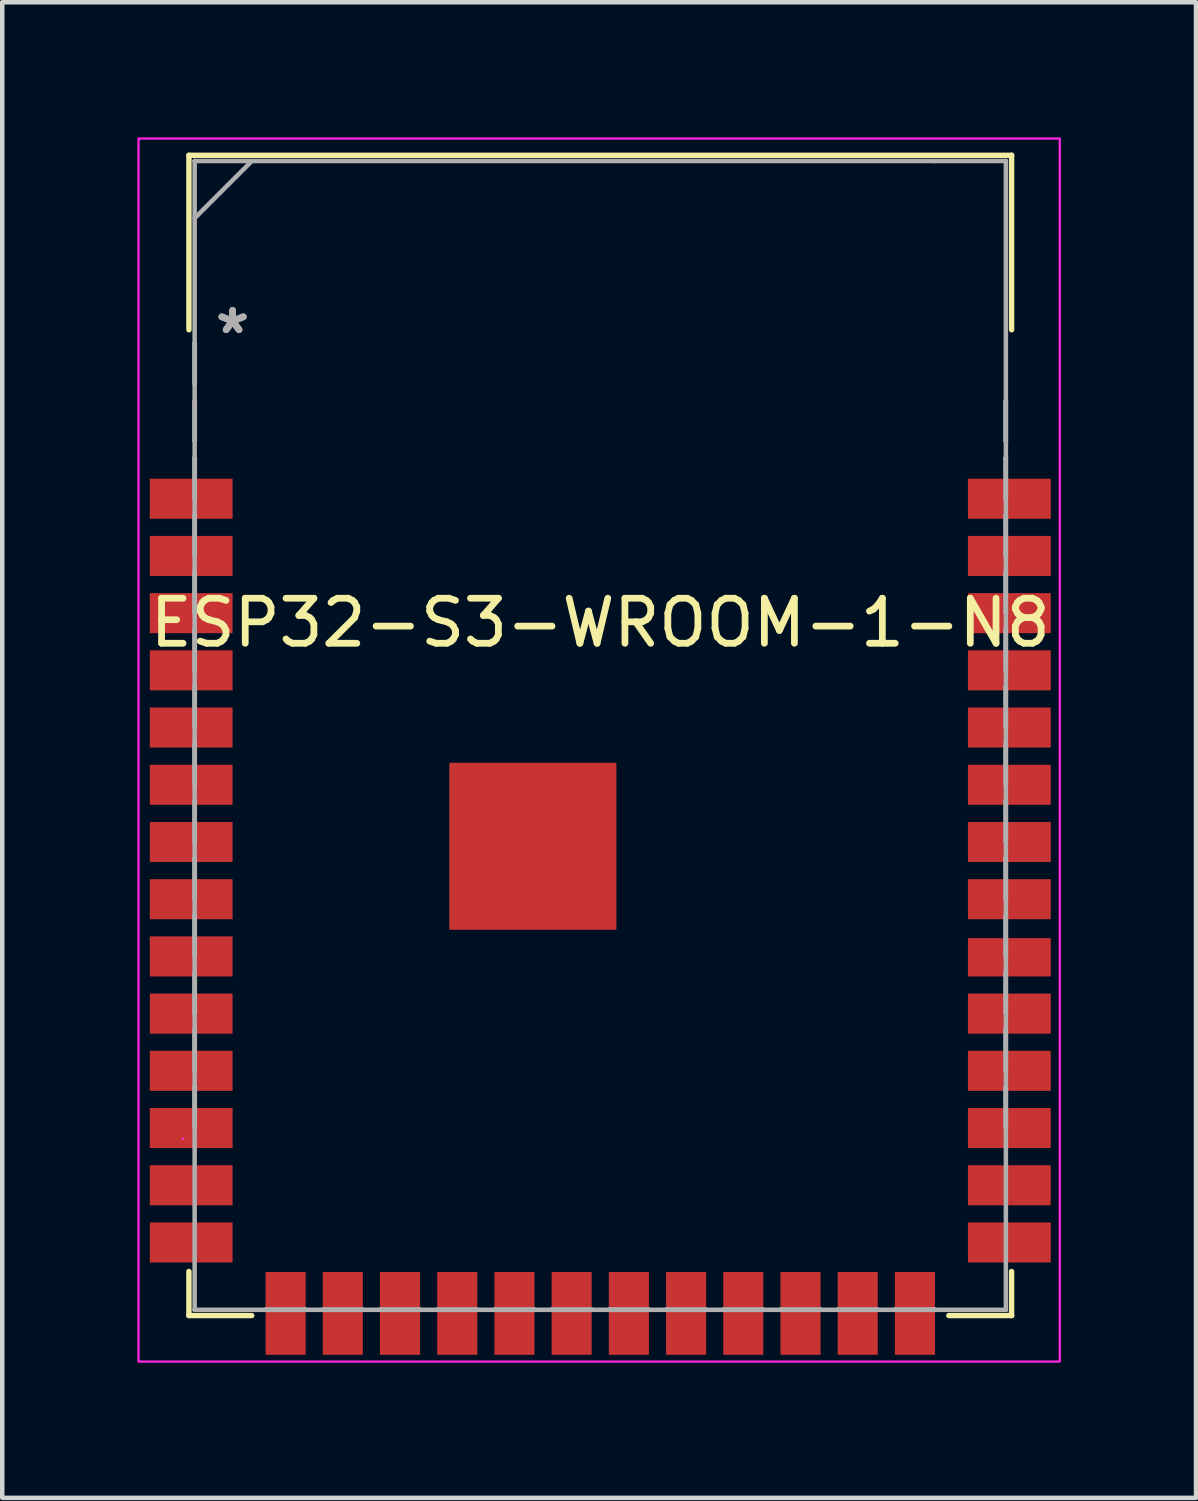
<source format=kicad_pcb>
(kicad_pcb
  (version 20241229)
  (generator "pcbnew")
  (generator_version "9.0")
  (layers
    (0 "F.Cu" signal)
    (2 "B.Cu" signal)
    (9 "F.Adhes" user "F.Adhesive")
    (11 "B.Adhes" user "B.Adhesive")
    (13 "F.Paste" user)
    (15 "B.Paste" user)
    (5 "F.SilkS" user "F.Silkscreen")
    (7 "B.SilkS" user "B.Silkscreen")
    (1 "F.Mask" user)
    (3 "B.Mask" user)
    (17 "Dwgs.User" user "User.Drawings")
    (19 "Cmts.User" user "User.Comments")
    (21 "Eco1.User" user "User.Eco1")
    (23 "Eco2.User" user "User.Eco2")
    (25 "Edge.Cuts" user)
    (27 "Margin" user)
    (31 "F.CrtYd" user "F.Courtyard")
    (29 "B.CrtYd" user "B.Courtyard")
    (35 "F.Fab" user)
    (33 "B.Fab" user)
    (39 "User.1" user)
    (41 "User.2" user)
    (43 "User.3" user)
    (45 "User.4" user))
  (footprint "ESP32-S3-WROOM-1-N8"
    (layer "F.Cu")
    (at 10.275 13.275)
    (property "Reference" "ESP32-S3-WROOM-1-N8" (at 0 -2.5 0) (layer "F.SilkS") (effects (font (size 1 1) (thickness 0.15))))
    (attr through_hole)
    (fp_line (start -9.131 -12.878) (end -9.131 -9.005) (stroke (width 0.12) (type solid)) (layer "F.SilkS"))
    (fp_line (start -9.131 11.9) (end -9.131 12.878) (stroke (width 0.12) (type solid)) (layer "F.SilkS"))
    (fp_line (start -9.131 12.878) (end -7.737 12.878) (stroke (width 0.12) (type solid)) (layer "F.SilkS"))
    (fp_line (start 7.737 12.878) (end 9.131 12.878) (stroke (width 0.12) (type solid)) (layer "F.SilkS"))
    (fp_line (start 9.131 -12.878) (end -9.131 -12.878) (stroke (width 0.12) (type solid)) (layer "F.SilkS"))
    (fp_line (start 9.131 -9.005) (end 9.131 -12.878) (stroke (width 0.12) (type solid)) (layer "F.SilkS"))
    (fp_line (start 9.131 12.878) (end 9.131 11.9) (stroke (width 0.12) (type solid)) (layer "F.SilkS"))
    (fp_line (start -9.258 8.954) (end -9.258 8.954) (stroke (width 0.05) (type solid)) (layer "F.CrtYd"))
    (fp_line (start -9.258 8.954) (end -9.258 8.954) (stroke (width 0.05) (type solid)) (layer "F.CrtYd"))
    (fp_rect (start -10.25 -13.25) (end 10.2 13.9) (stroke (width 0.05) (type default)) (fill no) (layer "F.CrtYd"))
    (fp_line (start -9.004 -12.751) (end -9.004 -12.751) (stroke (width 0.1) (type solid)) (layer "F.Fab"))
    (fp_line (start -9.004 -12.751) (end -9.004 12.751) (stroke (width 0.1) (type solid)) (layer "F.Fab"))
    (fp_line (start -9.004 -11.481) (end -7.734 -12.751) (stroke (width 0.1) (type solid)) (layer "F.Fab"))
    (fp_line (start -9.004 -8.7) (end -9 -8.7) (stroke (width 0.1) (type solid)) (layer "F.Fab"))
    (fp_line (start -9.004 -7.811) (end -9.004 -8.7) (stroke (width 0.1) (type solid)) (layer "F.Fab"))
    (fp_line (start -9.004 -7.429) (end -9 -7.429) (stroke (width 0.1) (type solid)) (layer "F.Fab"))
    (fp_line (start -9.004 -6.54) (end -9.004 -7.429) (stroke (width 0.1) (type solid)) (layer "F.Fab"))
    (fp_line (start -9.004 -6.16) (end -9 -6.16) (stroke (width 0.1) (type solid)) (layer "F.Fab"))
    (fp_line (start -9.004 -5.271) (end -9.004 -6.16) (stroke (width 0.1) (type solid)) (layer "F.Fab"))
    (fp_line (start -9.004 -4.889) (end -9 -4.889) (stroke (width 0.1) (type solid)) (layer "F.Fab"))
    (fp_line (start -9.004 -4) (end -9.004 -4.889) (stroke (width 0.1) (type solid)) (layer "F.Fab"))
    (fp_line (start -9.004 -3.619) (end -9 -3.619) (stroke (width 0.1) (type solid)) (layer "F.Fab"))
    (fp_line (start -9.004 -2.731) (end -9.004 -3.619) (stroke (width 0.1) (type solid)) (layer "F.Fab"))
    (fp_line (start -9.004 -2.349) (end -9 -2.349) (stroke (width 0.1) (type solid)) (layer "F.Fab"))
    (fp_line (start -9.004 -1.46) (end -9.004 -2.349) (stroke (width 0.1) (type solid)) (layer "F.Fab"))
    (fp_line (start -9.004 -1.079) (end -9 -1.079) (stroke (width 0.1) (type solid)) (layer "F.Fab"))
    (fp_line (start -9.004 -0.191) (end -9.004 -1.079) (stroke (width 0.1) (type solid)) (layer "F.Fab"))
    (fp_line (start -9.004 0.191) (end -9 0.191) (stroke (width 0.1) (type solid)) (layer "F.Fab"))
    (fp_line (start -9.004 1.079) (end -9.004 0.191) (stroke (width 0.1) (type solid)) (layer "F.Fab"))
    (fp_line (start -9.004 1.46) (end -9 1.46) (stroke (width 0.1) (type solid)) (layer "F.Fab"))
    (fp_line (start -9.004 2.349) (end -9.004 1.46) (stroke (width 0.1) (type solid)) (layer "F.Fab"))
    (fp_line (start -9.004 2.731) (end -9 2.731) (stroke (width 0.1) (type solid)) (layer "F.Fab"))
    (fp_line (start -9.004 3.619) (end -9.004 2.731) (stroke (width 0.1) (type solid)) (layer "F.Fab"))
    (fp_line (start -9.004 4) (end -9 4) (stroke (width 0.1) (type solid)) (layer "F.Fab"))
    (fp_line (start -9.004 4.889) (end -9.004 4) (stroke (width 0.1) (type solid)) (layer "F.Fab"))
    (fp_line (start -9.004 5.271) (end -9 5.271) (stroke (width 0.1) (type solid)) (layer "F.Fab"))
    (fp_line (start -9.004 6.16) (end -9.004 5.271) (stroke (width 0.1) (type solid)) (layer "F.Fab"))
    (fp_line (start -9.004 6.54) (end -9 6.54) (stroke (width 0.1) (type solid)) (layer "F.Fab"))
    (fp_line (start -9.004 7.429) (end -9.004 6.54) (stroke (width 0.1) (type solid)) (layer "F.Fab"))
    (fp_line (start -9.004 7.811) (end -9 7.811) (stroke (width 0.1) (type solid)) (layer "F.Fab"))
    (fp_line (start -9.004 8.7) (end -9.004 7.811) (stroke (width 0.1) (type solid)) (layer "F.Fab"))
    (fp_line (start -9.004 12.751) (end -9.004 12.751) (stroke (width 0.1) (type solid)) (layer "F.Fab"))
    (fp_line (start -9.004 12.751) (end 9.004 12.751) (stroke (width 0.1) (type solid)) (layer "F.Fab"))
    (fp_line (start -9 -8.7) (end -9 -7.811) (stroke (width 0.1) (type solid)) (layer "F.Fab"))
    (fp_line (start -9 -7.811) (end -9.004 -7.811) (stroke (width 0.1) (type solid)) (layer "F.Fab"))
    (fp_line (start -9 -7.429) (end -9 -6.54) (stroke (width 0.1) (type solid)) (layer "F.Fab"))
    (fp_line (start -9 -6.54) (end -9.004 -6.54) (stroke (width 0.1) (type solid)) (layer "F.Fab"))
    (fp_line (start -9 -6.16) (end -9 -5.271) (stroke (width 0.1) (type solid)) (layer "F.Fab"))
    (fp_line (start -9 -5.271) (end -9.004 -5.271) (stroke (width 0.1) (type solid)) (layer "F.Fab"))
    (fp_line (start -9 -4.889) (end -9 -4) (stroke (width 0.1) (type solid)) (layer "F.Fab"))
    (fp_line (start -9 -4) (end -9.004 -4) (stroke (width 0.1) (type solid)) (layer "F.Fab"))
    (fp_line (start -9 -3.619) (end -9 -2.731) (stroke (width 0.1) (type solid)) (layer "F.Fab"))
    (fp_line (start -9 -2.731) (end -9.004 -2.731) (stroke (width 0.1) (type solid)) (layer "F.Fab"))
    (fp_line (start -9 -2.349) (end -9 -1.46) (stroke (width 0.1) (type solid)) (layer "F.Fab"))
    (fp_line (start -9 -1.46) (end -9.004 -1.46) (stroke (width 0.1) (type solid)) (layer "F.Fab"))
    (fp_line (start -9 -1.079) (end -9 -0.191) (stroke (width 0.1) (type solid)) (layer "F.Fab"))
    (fp_line (start -9 -0.191) (end -9.004 -0.191) (stroke (width 0.1) (type solid)) (layer "F.Fab"))
    (fp_line (start -9 0.191) (end -9 1.079) (stroke (width 0.1) (type solid)) (layer "F.Fab"))
    (fp_line (start -9 1.079) (end -9.004 1.079) (stroke (width 0.1) (type solid)) (layer "F.Fab"))
    (fp_line (start -9 1.46) (end -9 2.349) (stroke (width 0.1) (type solid)) (layer "F.Fab"))
    (fp_line (start -9 2.349) (end -9.004 2.349) (stroke (width 0.1) (type solid)) (layer "F.Fab"))
    (fp_line (start -9 2.731) (end -9 3.619) (stroke (width 0.1) (type solid)) (layer "F.Fab"))
    (fp_line (start -9 3.619) (end -9.004 3.619) (stroke (width 0.1) (type solid)) (layer "F.Fab"))
    (fp_line (start -9 4) (end -9 4.889) (stroke (width 0.1) (type solid)) (layer "F.Fab"))
    (fp_line (start -9 4.889) (end -9.004 4.889) (stroke (width 0.1) (type solid)) (layer "F.Fab"))
    (fp_line (start -9 5.271) (end -9 6.16) (stroke (width 0.1) (type solid)) (layer "F.Fab"))
    (fp_line (start -9 6.16) (end -9.004 6.16) (stroke (width 0.1) (type solid)) (layer "F.Fab"))
    (fp_line (start -9 6.54) (end -9 7.429) (stroke (width 0.1) (type solid)) (layer "F.Fab"))
    (fp_line (start -9 7.429) (end -9.004 7.429) (stroke (width 0.1) (type solid)) (layer "F.Fab"))
    (fp_line (start -9 7.811) (end -9 8.7) (stroke (width 0.1) (type solid)) (layer "F.Fab"))
    (fp_line (start -9 8.7) (end -9.004 8.7) (stroke (width 0.1) (type solid)) (layer "F.Fab"))
    (fp_line (start -7.429 12.75) (end -6.54 12.75) (stroke (width 0.1) (type solid)) (layer "F.Fab"))
    (fp_line (start -7.429 12.751) (end -7.429 12.75) (stroke (width 0.1) (type solid)) (layer "F.Fab"))
    (fp_line (start -6.54 12.75) (end -6.54 12.751) (stroke (width 0.1) (type solid)) (layer "F.Fab"))
    (fp_line (start -6.54 12.751) (end -7.429 12.751) (stroke (width 0.1) (type solid)) (layer "F.Fab"))
    (fp_line (start -6.16 12.75) (end -5.271 12.75) (stroke (width 0.1) (type solid)) (layer "F.Fab"))
    (fp_line (start -6.16 12.751) (end -6.16 12.75) (stroke (width 0.1) (type solid)) (layer "F.Fab"))
    (fp_line (start -5.271 12.75) (end -5.271 12.751) (stroke (width 0.1) (type solid)) (layer "F.Fab"))
    (fp_line (start -5.271 12.751) (end -6.16 12.751) (stroke (width 0.1) (type solid)) (layer "F.Fab"))
    (fp_line (start -4.889 12.75) (end -4 12.75) (stroke (width 0.1) (type solid)) (layer "F.Fab"))
    (fp_line (start -4.889 12.751) (end -4.889 12.75) (stroke (width 0.1) (type solid)) (layer "F.Fab"))
    (fp_line (start -4 12.75) (end -4 12.751) (stroke (width 0.1) (type solid)) (layer "F.Fab"))
    (fp_line (start -4 12.751) (end -4.889 12.751) (stroke (width 0.1) (type solid)) (layer "F.Fab"))
    (fp_line (start -3.619 12.75) (end -2.731 12.75) (stroke (width 0.1) (type solid)) (layer "F.Fab"))
    (fp_line (start -3.619 12.751) (end -3.619 12.75) (stroke (width 0.1) (type solid)) (layer "F.Fab"))
    (fp_line (start -2.731 12.75) (end -2.731 12.751) (stroke (width 0.1) (type solid)) (layer "F.Fab"))
    (fp_line (start -2.731 12.751) (end -3.619 12.751) (stroke (width 0.1) (type solid)) (layer "F.Fab"))
    (fp_line (start -2.349 12.75) (end -1.46 12.75) (stroke (width 0.1) (type solid)) (layer "F.Fab"))
    (fp_line (start -2.349 12.751) (end -2.349 12.75) (stroke (width 0.1) (type solid)) (layer "F.Fab"))
    (fp_line (start -1.46 12.75) (end -1.46 12.751) (stroke (width 0.1) (type solid)) (layer "F.Fab"))
    (fp_line (start -1.46 12.751) (end -2.349 12.751) (stroke (width 0.1) (type solid)) (layer "F.Fab"))
    (fp_line (start -1.079 12.75) (end -0.191 12.75) (stroke (width 0.1) (type solid)) (layer "F.Fab"))
    (fp_line (start -1.079 12.751) (end -1.079 12.75) (stroke (width 0.1) (type solid)) (layer "F.Fab"))
    (fp_line (start -0.191 12.75) (end -0.191 12.751) (stroke (width 0.1) (type solid)) (layer "F.Fab"))
    (fp_line (start -0.191 12.751) (end -1.079 12.751) (stroke (width 0.1) (type solid)) (layer "F.Fab"))
    (fp_line (start 0.191 12.75) (end 1.079 12.75) (stroke (width 0.1) (type solid)) (layer "F.Fab"))
    (fp_line (start 0.191 12.751) (end 0.191 12.75) (stroke (width 0.1) (type solid)) (layer "F.Fab"))
    (fp_line (start 1.079 12.75) (end 1.079 12.751) (stroke (width 0.1) (type solid)) (layer "F.Fab"))
    (fp_line (start 1.079 12.751) (end 0.191 12.751) (stroke (width 0.1) (type solid)) (layer "F.Fab"))
    (fp_line (start 1.46 12.75) (end 2.349 12.75) (stroke (width 0.1) (type solid)) (layer "F.Fab"))
    (fp_line (start 1.46 12.751) (end 1.46 12.75) (stroke (width 0.1) (type solid)) (layer "F.Fab"))
    (fp_line (start 2.349 12.75) (end 2.349 12.751) (stroke (width 0.1) (type solid)) (layer "F.Fab"))
    (fp_line (start 2.349 12.751) (end 1.46 12.751) (stroke (width 0.1) (type solid)) (layer "F.Fab"))
    (fp_line (start 2.731 12.75) (end 3.619 12.75) (stroke (width 0.1) (type solid)) (layer "F.Fab"))
    (fp_line (start 2.731 12.751) (end 2.731 12.75) (stroke (width 0.1) (type solid)) (layer "F.Fab"))
    (fp_line (start 3.619 12.75) (end 3.619 12.751) (stroke (width 0.1) (type solid)) (layer "F.Fab"))
    (fp_line (start 3.619 12.751) (end 2.731 12.751) (stroke (width 0.1) (type solid)) (layer "F.Fab"))
    (fp_line (start 4 12.75) (end 4.889 12.75) (stroke (width 0.1) (type solid)) (layer "F.Fab"))
    (fp_line (start 4 12.751) (end 4 12.75) (stroke (width 0.1) (type solid)) (layer "F.Fab"))
    (fp_line (start 4.889 12.75) (end 4.889 12.751) (stroke (width 0.1) (type solid)) (layer "F.Fab"))
    (fp_line (start 4.889 12.751) (end 4 12.751) (stroke (width 0.1) (type solid)) (layer "F.Fab"))
    (fp_line (start 5.271 12.75) (end 6.16 12.75) (stroke (width 0.1) (type solid)) (layer "F.Fab"))
    (fp_line (start 5.271 12.751) (end 5.271 12.75) (stroke (width 0.1) (type solid)) (layer "F.Fab"))
    (fp_line (start 6.16 12.75) (end 6.16 12.751) (stroke (width 0.1) (type solid)) (layer "F.Fab"))
    (fp_line (start 6.16 12.751) (end 5.271 12.751) (stroke (width 0.1) (type solid)) (layer "F.Fab"))
    (fp_line (start 6.54 12.75) (end 7.429 12.75) (stroke (width 0.1) (type solid)) (layer "F.Fab"))
    (fp_line (start 6.54 12.751) (end 6.54 12.75) (stroke (width 0.1) (type solid)) (layer "F.Fab"))
    (fp_line (start 7.429 -12.751) (end 7.429 -12.75) (stroke (width 0.1) (type solid)) (layer "F.Fab"))
    (fp_line (start 7.429 12.75) (end 7.429 12.751) (stroke (width 0.1) (type solid)) (layer "F.Fab"))
    (fp_line (start 7.429 12.751) (end 6.54 12.751) (stroke (width 0.1) (type solid)) (layer "F.Fab"))
    (fp_line (start 9 -7.429) (end 9.004 -7.429) (stroke (width 0.1) (type solid)) (layer "F.Fab"))
    (fp_line (start 9 -6.54) (end 9 -7.429) (stroke (width 0.1) (type solid)) (layer "F.Fab"))
    (fp_line (start 9 -6.16) (end 9.004 -6.16) (stroke (width 0.1) (type solid)) (layer "F.Fab"))
    (fp_line (start 9 -5.271) (end 9 -6.16) (stroke (width 0.1) (type solid)) (layer "F.Fab"))
    (fp_line (start 9 -4.889) (end 9.004 -4.889) (stroke (width 0.1) (type solid)) (layer "F.Fab"))
    (fp_line (start 9 -4) (end 9 -4.889) (stroke (width 0.1) (type solid)) (layer "F.Fab"))
    (fp_line (start 9 -3.619) (end 9.004 -3.619) (stroke (width 0.1) (type solid)) (layer "F.Fab"))
    (fp_line (start 9 -2.731) (end 9 -3.619) (stroke (width 0.1) (type solid)) (layer "F.Fab"))
    (fp_line (start 9 -2.349) (end 9.004 -2.349) (stroke (width 0.1) (type solid)) (layer "F.Fab"))
    (fp_line (start 9 -1.46) (end 9 -2.349) (stroke (width 0.1) (type solid)) (layer "F.Fab"))
    (fp_line (start 9 -1.079) (end 9.004 -1.079) (stroke (width 0.1) (type solid)) (layer "F.Fab"))
    (fp_line (start 9 -0.191) (end 9 -1.079) (stroke (width 0.1) (type solid)) (layer "F.Fab"))
    (fp_line (start 9 0.191) (end 9.004 0.191) (stroke (width 0.1) (type solid)) (layer "F.Fab"))
    (fp_line (start 9 1.079) (end 9 0.191) (stroke (width 0.1) (type solid)) (layer "F.Fab"))
    (fp_line (start 9 1.46) (end 9.004 1.46) (stroke (width 0.1) (type solid)) (layer "F.Fab"))
    (fp_line (start 9 2.349) (end 9 1.46) (stroke (width 0.1) (type solid)) (layer "F.Fab"))
    (fp_line (start 9 2.731) (end 9.004 2.731) (stroke (width 0.1) (type solid)) (layer "F.Fab"))
    (fp_line (start 9 3.619) (end 9 2.731) (stroke (width 0.1) (type solid)) (layer "F.Fab"))
    (fp_line (start 9 4) (end 9.004 4) (stroke (width 0.1) (type solid)) (layer "F.Fab"))
    (fp_line (start 9 4.889) (end 9 4) (stroke (width 0.1) (type solid)) (layer "F.Fab"))
    (fp_line (start 9 5.271) (end 9.004 5.271) (stroke (width 0.1) (type solid)) (layer "F.Fab"))
    (fp_line (start 9 6.16) (end 9 5.271) (stroke (width 0.1) (type solid)) (layer "F.Fab"))
    (fp_line (start 9 6.54) (end 9.004 6.54) (stroke (width 0.1) (type solid)) (layer "F.Fab"))
    (fp_line (start 9 7.429) (end 9 6.54) (stroke (width 0.1) (type solid)) (layer "F.Fab"))
    (fp_line (start 9 7.811) (end 9.004 7.811) (stroke (width 0.1) (type solid)) (layer "F.Fab"))
    (fp_line (start 9 8.7) (end 9 7.811) (stroke (width 0.1) (type solid)) (layer "F.Fab"))
    (fp_line (start 9.004 -12.751) (end -9.004 -12.751) (stroke (width 0.1) (type solid)) (layer "F.Fab"))
    (fp_line (start 9.004 -12.751) (end 9.004 -12.751) (stroke (width 0.1) (type solid)) (layer "F.Fab"))
    (fp_line (start 9.004 -7.429) (end 9.004 -6.54) (stroke (width 0.1) (type solid)) (layer "F.Fab"))
    (fp_line (start 9.004 -6.54) (end 9 -6.54) (stroke (width 0.1) (type solid)) (layer "F.Fab"))
    (fp_line (start 9.004 -6.16) (end 9.004 -5.271) (stroke (width 0.1) (type solid)) (layer "F.Fab"))
    (fp_line (start 9.004 -5.271) (end 9 -5.271) (stroke (width 0.1) (type solid)) (layer "F.Fab"))
    (fp_line (start 9.004 -4.889) (end 9.004 -4) (stroke (width 0.1) (type solid)) (layer "F.Fab"))
    (fp_line (start 9.004 -4) (end 9 -4) (stroke (width 0.1) (type solid)) (layer "F.Fab"))
    (fp_line (start 9.004 -3.619) (end 9.004 -2.731) (stroke (width 0.1) (type solid)) (layer "F.Fab"))
    (fp_line (start 9.004 -2.731) (end 9 -2.731) (stroke (width 0.1) (type solid)) (layer "F.Fab"))
    (fp_line (start 9.004 -2.349) (end 9.004 -1.46) (stroke (width 0.1) (type solid)) (layer "F.Fab"))
    (fp_line (start 9.004 -1.46) (end 9 -1.46) (stroke (width 0.1) (type solid)) (layer "F.Fab"))
    (fp_line (start 9.004 -1.079) (end 9.004 -0.191) (stroke (width 0.1) (type solid)) (layer "F.Fab"))
    (fp_line (start 9.004 -0.191) (end 9 -0.191) (stroke (width 0.1) (type solid)) (layer "F.Fab"))
    (fp_line (start 9.004 0.191) (end 9.004 1.079) (stroke (width 0.1) (type solid)) (layer "F.Fab"))
    (fp_line (start 9.004 1.079) (end 9 1.079) (stroke (width 0.1) (type solid)) (layer "F.Fab"))
    (fp_line (start 9.004 1.46) (end 9.004 2.349) (stroke (width 0.1) (type solid)) (layer "F.Fab"))
    (fp_line (start 9.004 2.349) (end 9 2.349) (stroke (width 0.1) (type solid)) (layer "F.Fab"))
    (fp_line (start 9.004 2.731) (end 9.004 3.619) (stroke (width 0.1) (type solid)) (layer "F.Fab"))
    (fp_line (start 9.004 3.619) (end 9 3.619) (stroke (width 0.1) (type solid)) (layer "F.Fab"))
    (fp_line (start 9.004 4) (end 9.004 4.889) (stroke (width 0.1) (type solid)) (layer "F.Fab"))
    (fp_line (start 9.004 4.889) (end 9 4.889) (stroke (width 0.1) (type solid)) (layer "F.Fab"))
    (fp_line (start 9.004 5.271) (end 9.004 6.16) (stroke (width 0.1) (type solid)) (layer "F.Fab"))
    (fp_line (start 9.004 6.16) (end 9 6.16) (stroke (width 0.1) (type solid)) (layer "F.Fab"))
    (fp_line (start 9.004 6.54) (end 9.004 7.429) (stroke (width 0.1) (type solid)) (layer "F.Fab"))
    (fp_line (start 9.004 7.429) (end 9 7.429) (stroke (width 0.1) (type solid)) (layer "F.Fab"))
    (fp_line (start 9.004 7.811) (end 9.004 8.7) (stroke (width 0.1) (type solid)) (layer "F.Fab"))
    (fp_line (start 9.004 8.7) (end 9 8.7) (stroke (width 0.1) (type solid)) (layer "F.Fab"))
    (fp_line (start 9.004 12.751) (end 9.004 -12.751) (stroke (width 0.1) (type solid)) (layer "F.Fab"))
    (fp_line (start 9.004 12.751) (end 9.004 12.751) (stroke (width 0.1) (type solid)) (layer "F.Fab"))
    (fp_text user "*" (at -8.162 -8.89 0) (layer "F.Fab") (effects (font (size 1 1) (thickness 0.15))))
    (fp_text user "*" (at -8.162 -8.89 0) (layer "F.Fab") (effects (font (size 1 1) (thickness 0.15))))
    (pad "1" smd rect (at -9.081 -5.254 90) (size 0.889 1.838) (layers "F.Cu" "F.Mask" "F.Paste"))
    (pad "2" smd rect (at -9.081 -3.984 90) (size 0.889 1.838) (layers "F.Cu" "F.Mask" "F.Paste"))
    (pad "3" smd rect (at -9.081 -2.714 90) (size 0.889 1.838) (layers "F.Cu" "F.Mask" "F.Paste"))
    (pad "4" smd rect (at -9.081 -1.444 90) (size 0.888 1.838) (layers "F.Cu" "F.Mask" "F.Paste"))
    (pad "5" smd rect (at -9.081 -0.174 90) (size 0.889 1.838) (layers "F.Cu" "F.Mask" "F.Paste"))
    (pad "6" smd rect (at -9.081 1.096 90) (size 0.889 1.838) (layers "F.Cu" "F.Mask" "F.Paste"))
    (pad "7" smd rect (at -9.081 2.366 90) (size 0.889 1.838) (layers "F.Cu" "F.Mask" "F.Paste"))
    (pad "8" smd rect (at -9.081 3.636 90) (size 0.889 1.838) (layers "F.Cu" "F.Mask" "F.Paste"))
    (pad "9" smd rect (at -9.081 4.906 90) (size 0.889 1.838) (layers "F.Cu" "F.Mask" "F.Paste"))
    (pad "10" smd rect (at -9.081 6.176 90) (size 0.889 1.838) (layers "F.Cu" "F.Mask" "F.Paste"))
    (pad "11" smd rect (at -9.081 7.446 90) (size 0.889 1.838) (layers "F.Cu" "F.Mask" "F.Paste"))
    (pad "12" smd rect (at -9.081 8.716 90) (size 0.889 1.838) (layers "F.Cu" "F.Mask" "F.Paste"))
    (pad "13" smd rect (at -9.081 9.986 90) (size 0.889 1.838) (layers "F.Cu" "F.Mask" "F.Paste"))
    (pad "14" smd rect (at -9.081 11.256 90) (size 0.889 1.838) (layers "F.Cu" "F.Mask" "F.Paste"))
    (pad "15" smd rect (at -6.985 12.831) (size 0.889 1.838) (layers "F.Cu" "F.Mask" "F.Paste"))
    (pad "16" smd rect (at -5.715 12.831) (size 0.889 1.838) (layers "F.Cu" "F.Mask" "F.Paste"))
    (pad "17" smd rect (at -4.445 12.831) (size 0.889 1.838) (layers "F.Cu" "F.Mask" "F.Paste"))
    (pad "18" smd rect (at -3.175 12.831) (size 0.889 1.838) (layers "F.Cu" "F.Mask" "F.Paste"))
    (pad "19" smd rect (at -1.905 12.831) (size 0.889 1.838) (layers "F.Cu" "F.Mask" "F.Paste"))
    (pad "20" smd rect (at -0.635 12.831) (size 0.889 1.838) (layers "F.Cu" "F.Mask" "F.Paste"))
    (pad "21" smd rect (at 0.635 12.831) (size 0.889 1.838) (layers "F.Cu" "F.Mask" "F.Paste"))
    (pad "22" smd rect (at 1.905 12.831) (size 0.889 1.838) (layers "F.Cu" "F.Mask" "F.Paste"))
    (pad "23" smd rect (at 3.175 12.831) (size 0.889 1.838) (layers "F.Cu" "F.Mask" "F.Paste"))
    (pad "24" smd rect (at 4.445 12.831) (size 0.889 1.838) (layers "F.Cu" "F.Mask" "F.Paste"))
    (pad "25" smd rect (at 5.715 12.831) (size 0.889 1.838) (layers "F.Cu" "F.Mask" "F.Paste"))
    (pad "26" smd rect (at 6.985 12.831) (size 0.889 1.838) (layers "F.Cu" "F.Mask" "F.Paste"))
    (pad "27" smd rect (at 9.081 11.256 90) (size 0.889 1.838) (layers "F.Cu" "F.Mask" "F.Paste"))
    (pad "28" smd rect (at 9.081 9.986 90) (size 0.889 1.838) (layers "F.Cu" "F.Mask" "F.Paste"))
    (pad "29" smd rect (at 9.081 8.716 90) (size 0.889 1.838) (layers "F.Cu" "F.Mask" "F.Paste"))
    (pad "30" smd rect (at 9.081 7.446 90) (size 0.889 1.838) (layers "F.Cu" "F.Mask" "F.Paste"))
    (pad "31" smd rect (at 9.081 6.176 90) (size 0.889 1.838) (layers "F.Cu" "F.Mask" "F.Paste"))
    (pad "32" smd rect (at 9.081 4.925 90) (size 0.851 1.838) (layers "F.Cu" "F.Mask" "F.Paste"))
    (pad "33" smd rect (at 9.081 3.636 90) (size 0.889 1.838) (layers "F.Cu" "F.Mask" "F.Paste"))
    (pad "34" smd rect (at 9.081 2.366 90) (size 0.889 1.838) (layers "F.Cu" "F.Mask" "F.Paste"))
    (pad "35" smd rect (at 9.081 1.096 90) (size 0.889 1.838) (layers "F.Cu" "F.Mask" "F.Paste"))
    (pad "36" smd rect (at 9.081 -0.174 90) (size 0.889 1.838) (layers "F.Cu" "F.Mask" "F.Paste"))
    (pad "37" smd rect (at 9.081 -1.444 90) (size 0.889 1.838) (layers "F.Cu" "F.Mask" "F.Paste"))
    (pad "38" smd rect (at 9.081 -2.714 90) (size 0.889 1.838) (layers "F.Cu" "F.Mask" "F.Paste"))
    (pad "39" smd rect (at 9.081 -3.984 90) (size 0.889 1.838) (layers "F.Cu" "F.Mask" "F.Paste"))
    (pad "40" smd rect (at 9.081 -5.254 90) (size 0.889 1.838) (layers "F.Cu" "F.Mask" "F.Paste"))
    (pad "41" smd rect (at -1.496 2.461) (size 3.708 3.708) (layers "F.Cu" "F.Mask")))
  (gr_rect
    (start -3 -3)
    (end 23.5 30.2)
    (stroke (width 0.1) (type default))
    (fill no)
    (layer "Edge.Cuts")))
</source>
